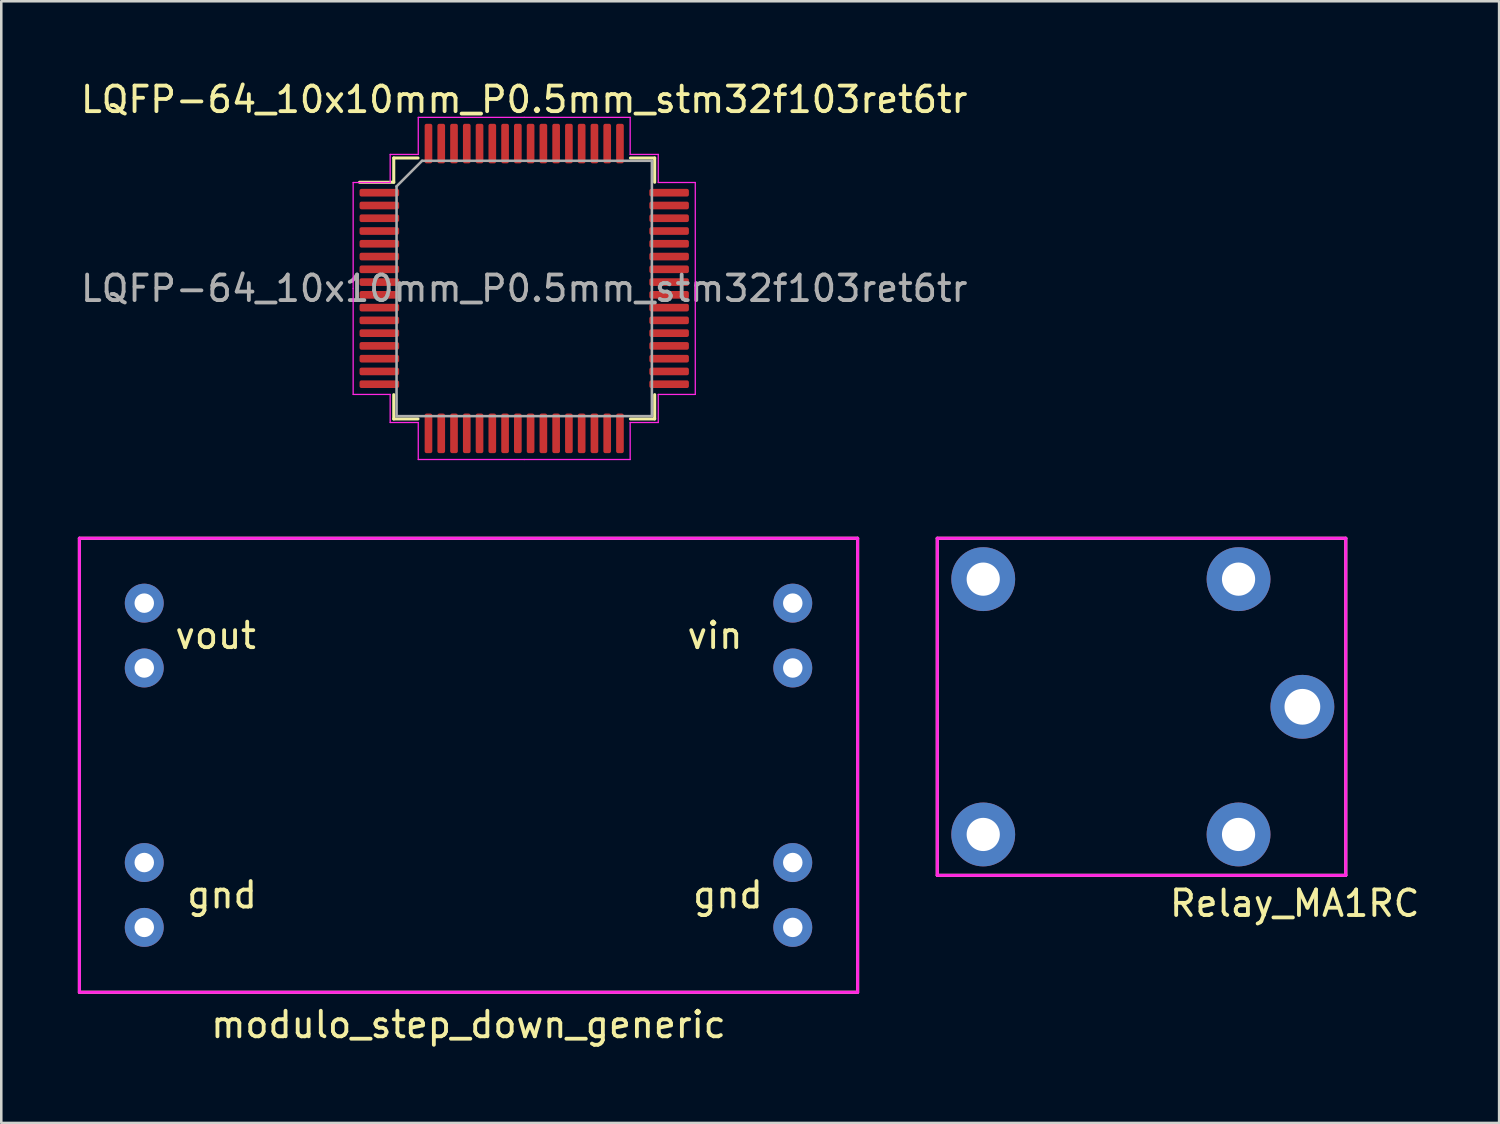
<source format=kicad_pcb>
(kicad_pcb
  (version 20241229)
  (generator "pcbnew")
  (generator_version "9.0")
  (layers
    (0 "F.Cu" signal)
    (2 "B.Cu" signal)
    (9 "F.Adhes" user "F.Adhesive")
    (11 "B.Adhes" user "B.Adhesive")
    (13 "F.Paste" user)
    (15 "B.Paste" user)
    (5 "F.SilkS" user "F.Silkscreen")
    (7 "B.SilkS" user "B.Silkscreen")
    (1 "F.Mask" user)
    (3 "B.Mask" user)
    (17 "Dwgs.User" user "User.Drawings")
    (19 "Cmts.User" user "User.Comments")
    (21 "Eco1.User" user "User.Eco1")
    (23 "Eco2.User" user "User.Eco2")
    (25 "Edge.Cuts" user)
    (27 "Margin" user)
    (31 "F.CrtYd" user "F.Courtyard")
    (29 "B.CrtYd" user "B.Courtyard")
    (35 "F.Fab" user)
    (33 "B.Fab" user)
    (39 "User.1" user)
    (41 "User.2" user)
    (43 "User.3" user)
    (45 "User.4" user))
  (footprint "Relay_MA1RC"
    (layer "F.Cu")
    (at 48.36 23.433)
    (property "Reference" "Relay_MA1RC" (at -0.7 8.9 0) (layer "F.SilkS") (effects (font (size 1 1) (thickness 0.15))))
    (attr through_hole)
    (fp_line (start -14.7 -5.4) (end 1.3 -5.4) (stroke (width 0.12) (type solid)) (layer "F.SilkS"))
    (fp_line (start -14.7 7.8) (end -14.7 -5.4) (stroke (width 0.12) (type solid)) (layer "F.SilkS"))
    (fp_line (start 1.3 -5.4) (end 1.3 7.8) (stroke (width 0.12) (type solid)) (layer "F.SilkS"))
    (fp_line (start 1.3 7.8) (end -14.7 7.8) (stroke (width 0.12) (type solid)) (layer "F.SilkS"))
    (fp_line (start -14.7 -5.4) (end 1.3 -5.4) (stroke (width 0.12) (type solid)) (layer "F.CrtYd"))
    (fp_line (start -14.7 7.8) (end -14.7 -5.4) (stroke (width 0.12) (type solid)) (layer "F.CrtYd"))
    (fp_line (start 1.3 -5.4) (end 1.3 7.8) (stroke (width 0.12) (type solid)) (layer "F.CrtYd"))
    (fp_line (start 1.3 7.8) (end -14.7 7.8) (stroke (width 0.12) (type solid)) (layer "F.CrtYd"))
    (pad "1" thru_hole oval (at -0.4 1.2) (size 2.5 2.5) (drill 1.4) (layers "*.Cu" "*.Mask"))
    (pad "2" thru_hole oval (at -2.9 6.2) (size 2.5 2.5) (drill 1.3) (layers "*.Cu" "*.Mask"))
    (pad "3" thru_hole oval (at -12.9 -3.8) (size 2.5 2.5) (drill 1.3) (layers "*.Cu" "*.Mask"))
    (pad "4" thru_hole oval (at -12.9 6.2) (size 2.5 2.5) (drill 1.3) (layers "*.Cu" "*.Mask"))
    (pad "5" thru_hole oval (at -2.9 -3.8) (size 2.5 2.5) (drill 1.3) (layers "*.Cu" "*.Mask")))
  (footprint "modulo_step_down_generic"
    (layer "F.Cu")
    (at 10.22 28.193)
    (property "Reference" "modulo_step_down_generic" (at 5.08 8.89 0) (layer "F.SilkS") (effects (font (size 1 1) (thickness 0.15))))
    (attr through_hole)
    (fp_line (start -10.16 -10.16) (end -10.16 7.62) (stroke (width 0.12) (type solid)) (layer "F.SilkS"))
    (fp_line (start -10.16 7.62) (end 20.32 7.62) (stroke (width 0.12) (type solid)) (layer "F.SilkS"))
    (fp_line (start 20.32 -10.16) (end -10.16 -10.16) (stroke (width 0.12) (type solid)) (layer "F.SilkS"))
    (fp_line (start 20.32 7.62) (end 20.32 -10.16) (stroke (width 0.12) (type solid)) (layer "F.SilkS"))
    (fp_line (start -10.16 -10.16) (end -10.16 7.62) (stroke (width 0.12) (type solid)) (layer "F.CrtYd"))
    (fp_line (start -10.16 7.62) (end 20.32 7.62) (stroke (width 0.12) (type solid)) (layer "F.CrtYd"))
    (fp_line (start 20.32 -10.16) (end -10.16 -10.16) (stroke (width 0.12) (type solid)) (layer "F.CrtYd"))
    (fp_line (start 20.32 7.62) (end 20.32 -10.16) (stroke (width 0.12) (type solid)) (layer "F.CrtYd"))
    (fp_text user "gnd" (at 15.24 3.81 0) (layer "F.SilkS") (effects (font (size 1 1) (thickness 0.15))))
    (fp_text user "vin" (at 14.732 -6.35 0) (layer "F.SilkS") (effects (font (size 1 1) (thickness 0.15))))
    (fp_text user "gnd" (at -4.572 3.81 0) (layer "F.SilkS") (effects (font (size 1 1) (thickness 0.15))))
    (fp_text user "vout" (at -4.826 -6.35 0) (layer "F.SilkS") (effects (font (size 1 1) (thickness 0.15))))
    (pad "1" thru_hole circle (at 17.78 -7.62) (size 1.524 1.524) (drill 0.762) (layers "*.Cu" "*.Mask"))
    (pad "2" thru_hole circle (at 17.78 -5.08) (size 1.524 1.524) (drill 0.762) (layers "*.Cu" "*.Mask"))
    (pad "3" thru_hole circle (at -7.62 2.54) (size 1.524 1.524) (drill 0.762) (layers "*.Cu" "*.Mask"))
    (pad "4" thru_hole circle (at -7.62 5.08) (size 1.524 1.524) (drill 0.762) (layers "*.Cu" "*.Mask"))
    (pad "5" thru_hole circle (at 17.78 5.08) (size 1.524 1.524) (drill 0.762) (layers "*.Cu" "*.Mask"))
    (pad "6" thru_hole circle (at 17.78 2.54) (size 1.524 1.524) (drill 0.762) (layers "*.Cu" "*.Mask"))
    (pad "7" thru_hole circle (at -7.62 -5.08) (size 1.524 1.524) (drill 0.762) (layers "*.Cu" "*.Mask"))
    (pad "8" thru_hole circle (at -7.62 -7.62) (size 1.524 1.524) (drill 0.762) (layers "*.Cu" "*.Mask")))
  (footprint "LQFP-64_10x10mm_P0.5mm_stm32f103ret6tr"
    (layer "F.Cu")
    (at 17.482 8.248)
    (property "Reference" "LQFP-64_10x10mm_P0.5mm_stm32f103ret6tr" (at 0 -7.4 0) (layer "F.SilkS") (effects (font (size 1 1) (thickness 0.15))))
    (attr smd)
    (fp_line (start -5.11 -5.11) (end -5.11 -4.16) (stroke (width 0.12) (type solid)) (layer "F.SilkS"))
    (fp_line (start -5.11 -4.16) (end -6.45 -4.16) (stroke (width 0.12) (type solid)) (layer "F.SilkS"))
    (fp_line (start -5.11 5.11) (end -5.11 4.16) (stroke (width 0.12) (type solid)) (layer "F.SilkS"))
    (fp_line (start -4.16 -5.11) (end -5.11 -5.11) (stroke (width 0.12) (type solid)) (layer "F.SilkS"))
    (fp_line (start -4.16 5.11) (end -5.11 5.11) (stroke (width 0.12) (type solid)) (layer "F.SilkS"))
    (fp_line (start 4.16 -5.11) (end 5.11 -5.11) (stroke (width 0.12) (type solid)) (layer "F.SilkS"))
    (fp_line (start 4.16 5.11) (end 5.11 5.11) (stroke (width 0.12) (type solid)) (layer "F.SilkS"))
    (fp_line (start 5.11 -5.11) (end 5.11 -4.16) (stroke (width 0.12) (type solid)) (layer "F.SilkS"))
    (fp_line (start 5.11 5.11) (end 5.11 4.16) (stroke (width 0.12) (type solid)) (layer "F.SilkS"))
    (fp_line (start -6.7 -4.15) (end -6.7 0) (stroke (width 0.05) (type solid)) (layer "F.CrtYd"))
    (fp_line (start -6.7 4.15) (end -6.7 0) (stroke (width 0.05) (type solid)) (layer "F.CrtYd"))
    (fp_line (start -5.25 -5.25) (end -5.25 -4.15) (stroke (width 0.05) (type solid)) (layer "F.CrtYd"))
    (fp_line (start -5.25 -4.15) (end -6.7 -4.15) (stroke (width 0.05) (type solid)) (layer "F.CrtYd"))
    (fp_line (start -5.25 4.15) (end -6.7 4.15) (stroke (width 0.05) (type solid)) (layer "F.CrtYd"))
    (fp_line (start -5.25 5.25) (end -5.25 4.15) (stroke (width 0.05) (type solid)) (layer "F.CrtYd"))
    (fp_line (start -4.15 -6.7) (end -4.15 -5.25) (stroke (width 0.05) (type solid)) (layer "F.CrtYd"))
    (fp_line (start -4.15 -5.25) (end -5.25 -5.25) (stroke (width 0.05) (type solid)) (layer "F.CrtYd"))
    (fp_line (start -4.15 5.25) (end -5.25 5.25) (stroke (width 0.05) (type solid)) (layer "F.CrtYd"))
    (fp_line (start -4.15 6.7) (end -4.15 5.25) (stroke (width 0.05) (type solid)) (layer "F.CrtYd"))
    (fp_line (start 0 -6.7) (end -4.15 -6.7) (stroke (width 0.05) (type solid)) (layer "F.CrtYd"))
    (fp_line (start 0 -6.7) (end 4.15 -6.7) (stroke (width 0.05) (type solid)) (layer "F.CrtYd"))
    (fp_line (start 0 6.7) (end -4.15 6.7) (stroke (width 0.05) (type solid)) (layer "F.CrtYd"))
    (fp_line (start 0 6.7) (end 4.15 6.7) (stroke (width 0.05) (type solid)) (layer "F.CrtYd"))
    (fp_line (start 4.15 -6.7) (end 4.15 -5.25) (stroke (width 0.05) (type solid)) (layer "F.CrtYd"))
    (fp_line (start 4.15 -5.25) (end 5.25 -5.25) (stroke (width 0.05) (type solid)) (layer "F.CrtYd"))
    (fp_line (start 4.15 5.25) (end 5.25 5.25) (stroke (width 0.05) (type solid)) (layer "F.CrtYd"))
    (fp_line (start 4.15 6.7) (end 4.15 5.25) (stroke (width 0.05) (type solid)) (layer "F.CrtYd"))
    (fp_line (start 5.25 -5.25) (end 5.25 -4.15) (stroke (width 0.05) (type solid)) (layer "F.CrtYd"))
    (fp_line (start 5.25 -4.15) (end 6.7 -4.15) (stroke (width 0.05) (type solid)) (layer "F.CrtYd"))
    (fp_line (start 5.25 4.15) (end 6.7 4.15) (stroke (width 0.05) (type solid)) (layer "F.CrtYd"))
    (fp_line (start 5.25 5.25) (end 5.25 4.15) (stroke (width 0.05) (type solid)) (layer "F.CrtYd"))
    (fp_line (start 6.7 -4.15) (end 6.7 0) (stroke (width 0.05) (type solid)) (layer "F.CrtYd"))
    (fp_line (start 6.7 4.15) (end 6.7 0) (stroke (width 0.05) (type solid)) (layer "F.CrtYd"))
    (fp_line (start -5 -4) (end -4 -5) (stroke (width 0.1) (type solid)) (layer "F.Fab"))
    (fp_line (start -5 5) (end -5 -4) (stroke (width 0.1) (type solid)) (layer "F.Fab"))
    (fp_line (start -4 -5) (end 5 -5) (stroke (width 0.1) (type solid)) (layer "F.Fab"))
    (fp_line (start 5 -5) (end 5 5) (stroke (width 0.1) (type solid)) (layer "F.Fab"))
    (fp_line (start 5 5) (end -5 5) (stroke (width 0.1) (type solid)) (layer "F.Fab"))
    (fp_text user "${REFERENCE}" (at 0 0 0) (layer "F.Fab") (effects (font (size 1 1) (thickness 0.15))))
    (pad "1" smd roundrect (at -5.675 -3.75) (size 1.55 0.3) (layers "F.Cu" "F.Mask" "F.Paste") (roundrect_rratio 0.25))
    (pad "2" smd roundrect (at -5.675 -3.25) (size 1.55 0.3) (layers "F.Cu" "F.Mask" "F.Paste") (roundrect_rratio 0.25))
    (pad "3" smd roundrect (at -5.675 -2.75) (size 1.55 0.3) (layers "F.Cu" "F.Mask" "F.Paste") (roundrect_rratio 0.25))
    (pad "4" smd roundrect (at -5.675 -2.25) (size 1.55 0.3) (layers "F.Cu" "F.Mask" "F.Paste") (roundrect_rratio 0.25))
    (pad "5" smd roundrect (at -5.675 -1.75) (size 1.55 0.3) (layers "F.Cu" "F.Mask" "F.Paste") (roundrect_rratio 0.25))
    (pad "6" smd roundrect (at -5.675 -1.25) (size 1.55 0.3) (layers "F.Cu" "F.Mask" "F.Paste") (roundrect_rratio 0.25))
    (pad "7" smd roundrect (at -5.675 -0.75) (size 1.55 0.3) (layers "F.Cu" "F.Mask" "F.Paste") (roundrect_rratio 0.25))
    (pad "8" smd roundrect (at -5.675 -0.25) (size 1.55 0.3) (layers "F.Cu" "F.Mask" "F.Paste") (roundrect_rratio 0.25))
    (pad "9" smd roundrect (at -5.675 0.25) (size 1.55 0.3) (layers "F.Cu" "F.Mask" "F.Paste") (roundrect_rratio 0.25))
    (pad "10" smd roundrect (at -5.675 0.75) (size 1.55 0.3) (layers "F.Cu" "F.Mask" "F.Paste") (roundrect_rratio 0.25))
    (pad "11" smd roundrect (at -5.675 1.25) (size 1.55 0.3) (layers "F.Cu" "F.Mask" "F.Paste") (roundrect_rratio 0.25))
    (pad "12" smd roundrect (at -5.675 1.75) (size 1.55 0.3) (layers "F.Cu" "F.Mask" "F.Paste") (roundrect_rratio 0.25))
    (pad "13" smd roundrect (at -5.675 2.25) (size 1.55 0.3) (layers "F.Cu" "F.Mask" "F.Paste") (roundrect_rratio 0.25))
    (pad "14" smd roundrect (at -5.675 2.75) (size 1.55 0.3) (layers "F.Cu" "F.Mask" "F.Paste") (roundrect_rratio 0.25))
    (pad "15" smd roundrect (at -5.675 3.25) (size 1.55 0.3) (layers "F.Cu" "F.Mask" "F.Paste") (roundrect_rratio 0.25))
    (pad "16" smd roundrect (at -5.675 3.75) (size 1.55 0.3) (layers "F.Cu" "F.Mask" "F.Paste") (roundrect_rratio 0.25))
    (pad "17" smd roundrect (at -3.75 5.675) (size 0.3 1.55) (layers "F.Cu" "F.Mask" "F.Paste") (roundrect_rratio 0.25))
    (pad "18" smd roundrect (at -3.25 5.675) (size 0.3 1.55) (layers "F.Cu" "F.Mask" "F.Paste") (roundrect_rratio 0.25))
    (pad "19" smd roundrect (at -2.75 5.675) (size 0.3 1.55) (layers "F.Cu" "F.Mask" "F.Paste") (roundrect_rratio 0.25))
    (pad "20" smd roundrect (at -2.25 5.675) (size 0.3 1.55) (layers "F.Cu" "F.Mask" "F.Paste") (roundrect_rratio 0.25))
    (pad "21" smd roundrect (at -1.75 5.675) (size 0.3 1.55) (layers "F.Cu" "F.Mask" "F.Paste") (roundrect_rratio 0.25))
    (pad "22" smd roundrect (at -1.25 5.675) (size 0.3 1.55) (layers "F.Cu" "F.Mask" "F.Paste") (roundrect_rratio 0.25))
    (pad "23" smd roundrect (at -0.75 5.675) (size 0.3 1.55) (layers "F.Cu" "F.Mask" "F.Paste") (roundrect_rratio 0.25))
    (pad "24" smd roundrect (at -0.25 5.675) (size 0.3 1.55) (layers "F.Cu" "F.Mask" "F.Paste") (roundrect_rratio 0.25))
    (pad "25" smd roundrect (at 0.25 5.675) (size 0.3 1.55) (layers "F.Cu" "F.Mask" "F.Paste") (roundrect_rratio 0.25))
    (pad "26" smd roundrect (at 0.75 5.675) (size 0.3 1.55) (layers "F.Cu" "F.Mask" "F.Paste") (roundrect_rratio 0.25))
    (pad "27" smd roundrect (at 1.25 5.675) (size 0.3 1.55) (layers "F.Cu" "F.Mask" "F.Paste") (roundrect_rratio 0.25))
    (pad "28" smd roundrect (at 1.75 5.675) (size 0.3 1.55) (layers "F.Cu" "F.Mask" "F.Paste") (roundrect_rratio 0.25))
    (pad "29" smd roundrect (at 2.25 5.675) (size 0.3 1.55) (layers "F.Cu" "F.Mask" "F.Paste") (roundrect_rratio 0.25))
    (pad "30" smd roundrect (at 2.75 5.675) (size 0.3 1.55) (layers "F.Cu" "F.Mask" "F.Paste") (roundrect_rratio 0.25))
    (pad "31" smd roundrect (at 3.25 5.675) (size 0.3 1.55) (layers "F.Cu" "F.Mask" "F.Paste") (roundrect_rratio 0.25))
    (pad "32" smd roundrect (at 3.75 5.675) (size 0.3 1.55) (layers "F.Cu" "F.Mask" "F.Paste") (roundrect_rratio 0.25))
    (pad "33" smd roundrect (at 5.675 3.75) (size 1.55 0.3) (layers "F.Cu" "F.Mask" "F.Paste") (roundrect_rratio 0.25))
    (pad "34" smd roundrect (at 5.675 3.25) (size 1.55 0.3) (layers "F.Cu" "F.Mask" "F.Paste") (roundrect_rratio 0.25))
    (pad "35" smd roundrect (at 5.675 2.75) (size 1.55 0.3) (layers "F.Cu" "F.Mask" "F.Paste") (roundrect_rratio 0.25))
    (pad "36" smd roundrect (at 5.675 2.25) (size 1.55 0.3) (layers "F.Cu" "F.Mask" "F.Paste") (roundrect_rratio 0.25))
    (pad "37" smd roundrect (at 5.675 1.75) (size 1.55 0.3) (layers "F.Cu" "F.Mask" "F.Paste") (roundrect_rratio 0.25))
    (pad "38" smd roundrect (at 5.675 1.25) (size 1.55 0.3) (layers "F.Cu" "F.Mask" "F.Paste") (roundrect_rratio 0.25))
    (pad "39" smd roundrect (at 5.675 0.75) (size 1.55 0.3) (layers "F.Cu" "F.Mask" "F.Paste") (roundrect_rratio 0.25))
    (pad "40" smd roundrect (at 5.675 0.25) (size 1.55 0.3) (layers "F.Cu" "F.Mask" "F.Paste") (roundrect_rratio 0.25))
    (pad "41" smd roundrect (at 5.675 -0.25) (size 1.55 0.3) (layers "F.Cu" "F.Mask" "F.Paste") (roundrect_rratio 0.25))
    (pad "42" smd roundrect (at 5.675 -0.75) (size 1.55 0.3) (layers "F.Cu" "F.Mask" "F.Paste") (roundrect_rratio 0.25))
    (pad "43" smd roundrect (at 5.675 -1.25) (size 1.55 0.3) (layers "F.Cu" "F.Mask" "F.Paste") (roundrect_rratio 0.25))
    (pad "44" smd roundrect (at 5.675 -1.75) (size 1.55 0.3) (layers "F.Cu" "F.Mask" "F.Paste") (roundrect_rratio 0.25))
    (pad "45" smd roundrect (at 5.675 -2.25) (size 1.55 0.3) (layers "F.Cu" "F.Mask" "F.Paste") (roundrect_rratio 0.25))
    (pad "46" smd roundrect (at 5.675 -2.75) (size 1.55 0.3) (layers "F.Cu" "F.Mask" "F.Paste") (roundrect_rratio 0.25))
    (pad "47" smd roundrect (at 5.675 -3.25) (size 1.55 0.3) (layers "F.Cu" "F.Mask" "F.Paste") (roundrect_rratio 0.25))
    (pad "48" smd roundrect (at 5.675 -3.75) (size 1.55 0.3) (layers "F.Cu" "F.Mask" "F.Paste") (roundrect_rratio 0.25))
    (pad "49" smd roundrect (at 3.75 -5.675) (size 0.3 1.55) (layers "F.Cu" "F.Mask" "F.Paste") (roundrect_rratio 0.25))
    (pad "50" smd roundrect (at 3.25 -5.675) (size 0.3 1.55) (layers "F.Cu" "F.Mask" "F.Paste") (roundrect_rratio 0.25))
    (pad "51" smd roundrect (at 2.75 -5.675) (size 0.3 1.55) (layers "F.Cu" "F.Mask" "F.Paste") (roundrect_rratio 0.25))
    (pad "52" smd roundrect (at 2.25 -5.675) (size 0.3 1.55) (layers "F.Cu" "F.Mask" "F.Paste") (roundrect_rratio 0.25))
    (pad "53" smd roundrect (at 1.75 -5.675) (size 0.3 1.55) (layers "F.Cu" "F.Mask" "F.Paste") (roundrect_rratio 0.25))
    (pad "54" smd roundrect (at 1.25 -5.675) (size 0.3 1.55) (layers "F.Cu" "F.Mask" "F.Paste") (roundrect_rratio 0.25))
    (pad "55" smd roundrect (at 0.75 -5.675) (size 0.3 1.55) (layers "F.Cu" "F.Mask" "F.Paste") (roundrect_rratio 0.25))
    (pad "56" smd roundrect (at 0.25 -5.675) (size 0.3 1.55) (layers "F.Cu" "F.Mask" "F.Paste") (roundrect_rratio 0.25))
    (pad "57" smd roundrect (at -0.25 -5.675) (size 0.3 1.55) (layers "F.Cu" "F.Mask" "F.Paste") (roundrect_rratio 0.25))
    (pad "58" smd roundrect (at -0.75 -5.675) (size 0.3 1.55) (layers "F.Cu" "F.Mask" "F.Paste") (roundrect_rratio 0.25))
    (pad "59" smd roundrect (at -1.25 -5.675) (size 0.3 1.55) (layers "F.Cu" "F.Mask" "F.Paste") (roundrect_rratio 0.25))
    (pad "60" smd roundrect (at -1.75 -5.675) (size 0.3 1.55) (layers "F.Cu" "F.Mask" "F.Paste") (roundrect_rratio 0.25))
    (pad "61" smd roundrect (at -2.25 -5.675) (size 0.3 1.55) (layers "F.Cu" "F.Mask" "F.Paste") (roundrect_rratio 0.25))
    (pad "62" smd roundrect (at -2.75 -5.675) (size 0.3 1.55) (layers "F.Cu" "F.Mask" "F.Paste") (roundrect_rratio 0.25))
    (pad "63" smd roundrect (at -3.25 -5.675) (size 0.3 1.55) (layers "F.Cu" "F.Mask" "F.Paste") (roundrect_rratio 0.25))
    (pad "64" smd roundrect (at -3.75 -5.675) (size 0.3 1.55) (layers "F.Cu" "F.Mask" "F.Paste") (roundrect_rratio 0.25)))
  (gr_rect
    (start -3 -3)
    (end 55.666 40.931)
    (stroke (width 0.1) (type default))
    (fill no)
    (layer "Edge.Cuts")))
</source>
